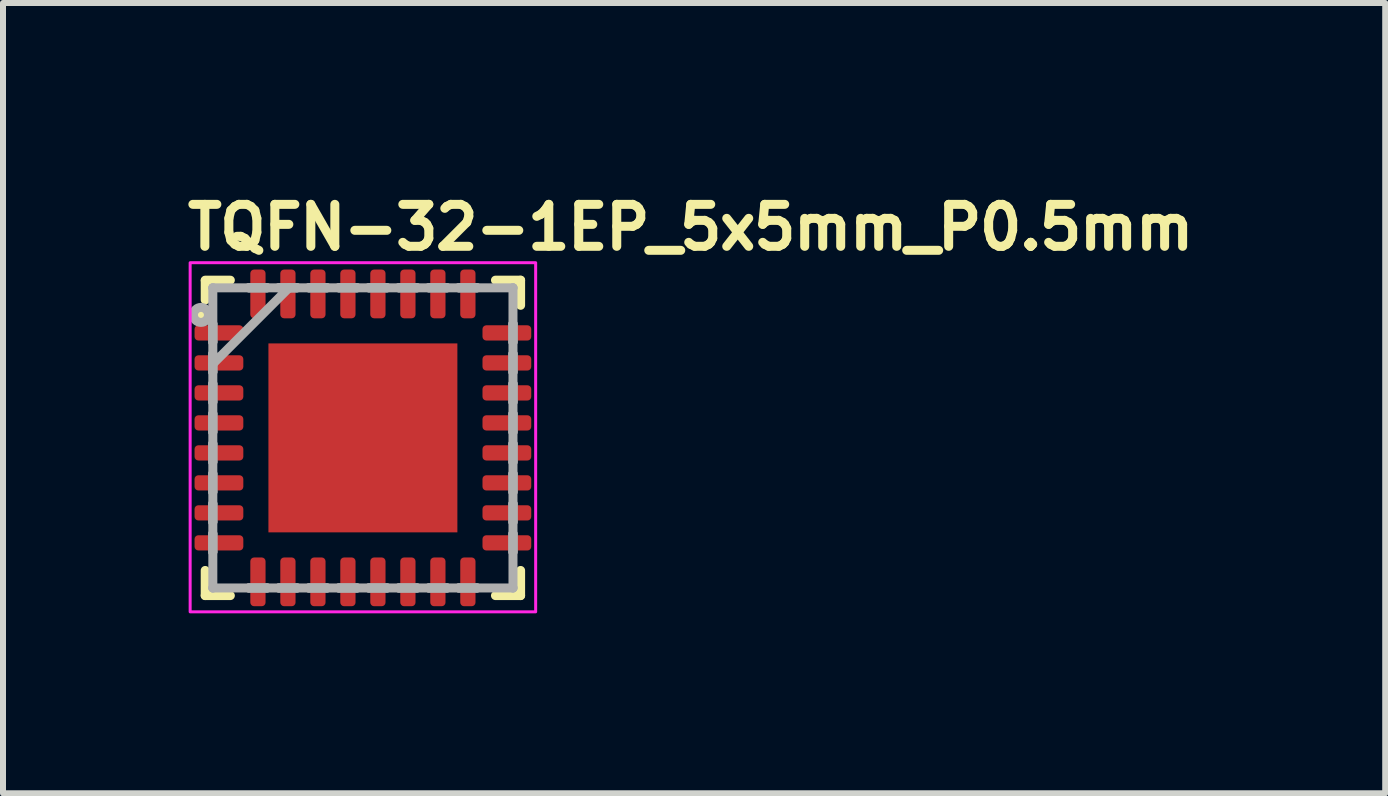
<source format=kicad_pcb>
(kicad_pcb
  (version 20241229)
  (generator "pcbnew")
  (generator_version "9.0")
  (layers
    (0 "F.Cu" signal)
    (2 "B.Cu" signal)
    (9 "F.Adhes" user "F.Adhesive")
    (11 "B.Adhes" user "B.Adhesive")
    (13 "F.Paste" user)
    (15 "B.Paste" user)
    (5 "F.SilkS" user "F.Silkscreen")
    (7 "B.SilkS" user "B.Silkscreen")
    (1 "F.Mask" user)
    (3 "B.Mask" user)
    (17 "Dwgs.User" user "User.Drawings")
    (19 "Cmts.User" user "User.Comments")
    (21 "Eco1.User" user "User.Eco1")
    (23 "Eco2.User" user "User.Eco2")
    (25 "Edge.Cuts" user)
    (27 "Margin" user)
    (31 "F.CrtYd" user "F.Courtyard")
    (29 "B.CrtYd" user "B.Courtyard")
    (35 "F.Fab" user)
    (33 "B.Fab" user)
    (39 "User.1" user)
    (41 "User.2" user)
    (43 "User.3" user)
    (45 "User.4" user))
  (footprint "TQFN-32-1EP_5x5mm_P0.5mm"
    (layer "F.Cu")
    (at 3 4.25)
    (property "Reference" "TQFN-32-1EP_5x5mm_P0.5mm" (at -3 -3.1 0) (unlocked yes) (layer "F.SilkS") (effects (font (size 0.7 0.7) (thickness 0.15)) (justify left bottom)))
    (attr smd)
    (fp_line (start -2.629 -2.619) (end -2.629 -2.3) (stroke (width 0.15) (type solid)) (layer "F.SilkS"))
    (fp_line (start -2.629 2.21) (end -2.629 2.629) (stroke (width 0.15) (type solid)) (layer "F.SilkS"))
    (fp_line (start -2.629 2.629) (end -2.21 2.629) (stroke (width 0.15) (type solid)) (layer "F.SilkS"))
    (fp_line (start -2.21 -2.629) (end -2.629 -2.629) (stroke (width 0.15) (type solid)) (layer "F.SilkS"))
    (fp_line (start 2.21 2.629) (end 2.629 2.629) (stroke (width 0.15) (type solid)) (layer "F.SilkS"))
    (fp_line (start 2.629 -2.629) (end 2.21 -2.629) (stroke (width 0.15) (type solid)) (layer "F.SilkS"))
    (fp_line (start 2.629 -2.21) (end 2.629 -2.629) (stroke (width 0.15) (type solid)) (layer "F.SilkS"))
    (fp_line (start 2.629 2.629) (end 2.629 2.21) (stroke (width 0.15) (type solid)) (layer "F.SilkS"))
    (fp_circle (center -2.7 -2.05) (end -2.65 -2.05) (stroke (width 0.15) (type solid)) (fill yes) (layer "F.SilkS"))
    (fp_poly (pts (xy -1.5 -1.5) (xy -1.5 -0.1) (xy -0.1 -0.1) (xy -0.1 -1.5)) (stroke (width 0) (type solid)) (fill yes) (layer "F.Paste"))
    (fp_poly (pts (xy -1.5 0.1) (xy -1.5 1.5) (xy -0.1 1.5) (xy -0.1 0.1)) (stroke (width 0) (type solid)) (fill yes) (layer "F.Paste"))
    (fp_poly (pts (xy 0.1 -1.5) (xy 0.1 -0.1) (xy 1.5 -0.1) (xy 1.5 -1.5)) (stroke (width 0) (type solid)) (fill yes) (layer "F.Paste"))
    (fp_poly (pts (xy 0.1 0.1) (xy 0.1 1.5) (xy 1.5 1.5) (xy 1.5 0.1)) (stroke (width 0) (type solid)) (fill yes) (layer "F.Paste"))
    (fp_rect (start -2.88 -2.92) (end 2.88 2.9) (stroke (width 0.05) (type solid)) (fill no) (layer "F.CrtYd"))
    (fp_line (start -2.502 -2.502) (end -2.502 -2.502) (stroke (width 0.15) (type solid)) (layer "F.Fab"))
    (fp_line (start -2.502 -2.502) (end -2.502 2.502) (stroke (width 0.15) (type solid)) (layer "F.Fab"))
    (fp_line (start -2.502 -1.902) (end -2.502 -1.902) (stroke (width 0.15) (type solid)) (layer "F.Fab"))
    (fp_line (start -2.502 -1.902) (end -2.502 -1.598) (stroke (width 0.15) (type solid)) (layer "F.Fab"))
    (fp_line (start -2.502 -1.598) (end -2.502 -1.902) (stroke (width 0.15) (type solid)) (layer "F.Fab"))
    (fp_line (start -2.502 -1.598) (end -2.502 -1.598) (stroke (width 0.15) (type solid)) (layer "F.Fab"))
    (fp_line (start -2.502 -1.402) (end -2.502 -1.402) (stroke (width 0.15) (type solid)) (layer "F.Fab"))
    (fp_line (start -2.502 -1.402) (end -2.502 -1.098) (stroke (width 0.15) (type solid)) (layer "F.Fab"))
    (fp_line (start -2.502 -1.232) (end -1.232 -2.502) (stroke (width 0.15) (type solid)) (layer "F.Fab"))
    (fp_line (start -2.502 -1.098) (end -2.502 -1.402) (stroke (width 0.15) (type solid)) (layer "F.Fab"))
    (fp_line (start -2.502 -1.098) (end -2.502 -1.098) (stroke (width 0.15) (type solid)) (layer "F.Fab"))
    (fp_line (start -2.502 -0.902) (end -2.502 -0.902) (stroke (width 0.15) (type solid)) (layer "F.Fab"))
    (fp_line (start -2.502 -0.902) (end -2.502 -0.598) (stroke (width 0.15) (type solid)) (layer "F.Fab"))
    (fp_line (start -2.502 -0.598) (end -2.502 -0.902) (stroke (width 0.15) (type solid)) (layer "F.Fab"))
    (fp_line (start -2.502 -0.598) (end -2.502 -0.598) (stroke (width 0.15) (type solid)) (layer "F.Fab"))
    (fp_line (start -2.502 -0.402) (end -2.502 -0.402) (stroke (width 0.15) (type solid)) (layer "F.Fab"))
    (fp_line (start -2.502 -0.402) (end -2.502 -0.098) (stroke (width 0.15) (type solid)) (layer "F.Fab"))
    (fp_line (start -2.502 -0.098) (end -2.502 -0.402) (stroke (width 0.15) (type solid)) (layer "F.Fab"))
    (fp_line (start -2.502 -0.098) (end -2.502 -0.098) (stroke (width 0.15) (type solid)) (layer "F.Fab"))
    (fp_line (start -2.502 0.098) (end -2.502 0.098) (stroke (width 0.15) (type solid)) (layer "F.Fab"))
    (fp_line (start -2.502 0.098) (end -2.502 0.402) (stroke (width 0.15) (type solid)) (layer "F.Fab"))
    (fp_line (start -2.502 0.402) (end -2.502 0.098) (stroke (width 0.15) (type solid)) (layer "F.Fab"))
    (fp_line (start -2.502 0.402) (end -2.502 0.402) (stroke (width 0.15) (type solid)) (layer "F.Fab"))
    (fp_line (start -2.502 0.598) (end -2.502 0.598) (stroke (width 0.15) (type solid)) (layer "F.Fab"))
    (fp_line (start -2.502 0.598) (end -2.502 0.902) (stroke (width 0.15) (type solid)) (layer "F.Fab"))
    (fp_line (start -2.502 0.902) (end -2.502 0.598) (stroke (width 0.15) (type solid)) (layer "F.Fab"))
    (fp_line (start -2.502 0.902) (end -2.502 0.902) (stroke (width 0.15) (type solid)) (layer "F.Fab"))
    (fp_line (start -2.502 1.098) (end -2.502 1.098) (stroke (width 0.15) (type solid)) (layer "F.Fab"))
    (fp_line (start -2.502 1.098) (end -2.502 1.402) (stroke (width 0.15) (type solid)) (layer "F.Fab"))
    (fp_line (start -2.502 1.402) (end -2.502 1.098) (stroke (width 0.15) (type solid)) (layer "F.Fab"))
    (fp_line (start -2.502 1.402) (end -2.502 1.402) (stroke (width 0.15) (type solid)) (layer "F.Fab"))
    (fp_line (start -2.502 1.598) (end -2.502 1.598) (stroke (width 0.15) (type solid)) (layer "F.Fab"))
    (fp_line (start -2.502 1.598) (end -2.502 1.902) (stroke (width 0.15) (type solid)) (layer "F.Fab"))
    (fp_line (start -2.502 1.902) (end -2.502 1.598) (stroke (width 0.15) (type solid)) (layer "F.Fab"))
    (fp_line (start -2.502 1.902) (end -2.502 1.902) (stroke (width 0.15) (type solid)) (layer "F.Fab"))
    (fp_line (start -2.502 2.502) (end -2.502 2.502) (stroke (width 0.15) (type solid)) (layer "F.Fab"))
    (fp_line (start -2.502 2.502) (end 2.502 2.502) (stroke (width 0.15) (type solid)) (layer "F.Fab"))
    (fp_line (start -1.902 -2.502) (end -1.902 -2.502) (stroke (width 0.15) (type solid)) (layer "F.Fab"))
    (fp_line (start -1.902 -2.502) (end -1.598 -2.502) (stroke (width 0.15) (type solid)) (layer "F.Fab"))
    (fp_line (start -1.902 2.502) (end -1.902 2.502) (stroke (width 0.15) (type solid)) (layer "F.Fab"))
    (fp_line (start -1.902 2.502) (end -1.598 2.502) (stroke (width 0.15) (type solid)) (layer "F.Fab"))
    (fp_line (start -1.598 -2.502) (end -1.902 -2.502) (stroke (width 0.15) (type solid)) (layer "F.Fab"))
    (fp_line (start -1.598 -2.502) (end -1.598 -2.502) (stroke (width 0.15) (type solid)) (layer "F.Fab"))
    (fp_line (start -1.598 2.502) (end -1.902 2.502) (stroke (width 0.15) (type solid)) (layer "F.Fab"))
    (fp_line (start -1.598 2.502) (end -1.598 2.502) (stroke (width 0.15) (type solid)) (layer "F.Fab"))
    (fp_line (start -1.402 -2.502) (end -1.402 -2.502) (stroke (width 0.15) (type solid)) (layer "F.Fab"))
    (fp_line (start -1.402 -2.502) (end -1.098 -2.502) (stroke (width 0.15) (type solid)) (layer "F.Fab"))
    (fp_line (start -1.402 2.502) (end -1.402 2.502) (stroke (width 0.15) (type solid)) (layer "F.Fab"))
    (fp_line (start -1.402 2.502) (end -1.098 2.502) (stroke (width 0.15) (type solid)) (layer "F.Fab"))
    (fp_line (start -1.098 -2.502) (end -1.402 -2.502) (stroke (width 0.15) (type solid)) (layer "F.Fab"))
    (fp_line (start -1.098 -2.502) (end -1.098 -2.502) (stroke (width 0.15) (type solid)) (layer "F.Fab"))
    (fp_line (start -1.098 2.502) (end -1.402 2.502) (stroke (width 0.15) (type solid)) (layer "F.Fab"))
    (fp_line (start -1.098 2.502) (end -1.098 2.502) (stroke (width 0.15) (type solid)) (layer "F.Fab"))
    (fp_line (start -0.902 -2.502) (end -0.902 -2.502) (stroke (width 0.15) (type solid)) (layer "F.Fab"))
    (fp_line (start -0.902 -2.502) (end -0.598 -2.502) (stroke (width 0.15) (type solid)) (layer "F.Fab"))
    (fp_line (start -0.902 2.502) (end -0.902 2.502) (stroke (width 0.15) (type solid)) (layer "F.Fab"))
    (fp_line (start -0.902 2.502) (end -0.598 2.502) (stroke (width 0.15) (type solid)) (layer "F.Fab"))
    (fp_line (start -0.598 -2.502) (end -0.902 -2.502) (stroke (width 0.15) (type solid)) (layer "F.Fab"))
    (fp_line (start -0.598 -2.502) (end -0.598 -2.502) (stroke (width 0.15) (type solid)) (layer "F.Fab"))
    (fp_line (start -0.598 2.502) (end -0.902 2.502) (stroke (width 0.15) (type solid)) (layer "F.Fab"))
    (fp_line (start -0.598 2.502) (end -0.598 2.502) (stroke (width 0.15) (type solid)) (layer "F.Fab"))
    (fp_line (start -0.402 -2.502) (end -0.402 -2.502) (stroke (width 0.15) (type solid)) (layer "F.Fab"))
    (fp_line (start -0.402 -2.502) (end -0.098 -2.502) (stroke (width 0.15) (type solid)) (layer "F.Fab"))
    (fp_line (start -0.402 2.502) (end -0.402 2.502) (stroke (width 0.15) (type solid)) (layer "F.Fab"))
    (fp_line (start -0.402 2.502) (end -0.098 2.502) (stroke (width 0.15) (type solid)) (layer "F.Fab"))
    (fp_line (start -0.098 -2.502) (end -0.402 -2.502) (stroke (width 0.15) (type solid)) (layer "F.Fab"))
    (fp_line (start -0.098 -2.502) (end -0.098 -2.502) (stroke (width 0.15) (type solid)) (layer "F.Fab"))
    (fp_line (start -0.098 2.502) (end -0.402 2.502) (stroke (width 0.15) (type solid)) (layer "F.Fab"))
    (fp_line (start -0.098 2.502) (end -0.098 2.502) (stroke (width 0.15) (type solid)) (layer "F.Fab"))
    (fp_line (start 0.098 -2.502) (end 0.098 -2.502) (stroke (width 0.15) (type solid)) (layer "F.Fab"))
    (fp_line (start 0.098 -2.502) (end 0.402 -2.502) (stroke (width 0.15) (type solid)) (layer "F.Fab"))
    (fp_line (start 0.098 2.502) (end 0.098 2.502) (stroke (width 0.15) (type solid)) (layer "F.Fab"))
    (fp_line (start 0.098 2.502) (end 0.402 2.502) (stroke (width 0.15) (type solid)) (layer "F.Fab"))
    (fp_line (start 0.402 -2.502) (end 0.098 -2.502) (stroke (width 0.15) (type solid)) (layer "F.Fab"))
    (fp_line (start 0.402 -2.502) (end 0.402 -2.502) (stroke (width 0.15) (type solid)) (layer "F.Fab"))
    (fp_line (start 0.402 2.502) (end 0.098 2.502) (stroke (width 0.15) (type solid)) (layer "F.Fab"))
    (fp_line (start 0.402 2.502) (end 0.402 2.502) (stroke (width 0.15) (type solid)) (layer "F.Fab"))
    (fp_line (start 0.598 -2.502) (end 0.598 -2.502) (stroke (width 0.15) (type solid)) (layer "F.Fab"))
    (fp_line (start 0.598 -2.502) (end 0.902 -2.502) (stroke (width 0.15) (type solid)) (layer "F.Fab"))
    (fp_line (start 0.598 2.502) (end 0.598 2.502) (stroke (width 0.15) (type solid)) (layer "F.Fab"))
    (fp_line (start 0.598 2.502) (end 0.902 2.502) (stroke (width 0.15) (type solid)) (layer "F.Fab"))
    (fp_line (start 0.902 -2.502) (end 0.598 -2.502) (stroke (width 0.15) (type solid)) (layer "F.Fab"))
    (fp_line (start 0.902 -2.502) (end 0.902 -2.502) (stroke (width 0.15) (type solid)) (layer "F.Fab"))
    (fp_line (start 0.902 2.502) (end 0.598 2.502) (stroke (width 0.15) (type solid)) (layer "F.Fab"))
    (fp_line (start 0.902 2.502) (end 0.902 2.502) (stroke (width 0.15) (type solid)) (layer "F.Fab"))
    (fp_line (start 1.098 -2.502) (end 1.098 -2.502) (stroke (width 0.15) (type solid)) (layer "F.Fab"))
    (fp_line (start 1.098 -2.502) (end 1.402 -2.502) (stroke (width 0.15) (type solid)) (layer "F.Fab"))
    (fp_line (start 1.098 2.502) (end 1.098 2.502) (stroke (width 0.15) (type solid)) (layer "F.Fab"))
    (fp_line (start 1.098 2.502) (end 1.402 2.502) (stroke (width 0.15) (type solid)) (layer "F.Fab"))
    (fp_line (start 1.402 -2.502) (end 1.098 -2.502) (stroke (width 0.15) (type solid)) (layer "F.Fab"))
    (fp_line (start 1.402 -2.502) (end 1.402 -2.502) (stroke (width 0.15) (type solid)) (layer "F.Fab"))
    (fp_line (start 1.402 2.502) (end 1.098 2.502) (stroke (width 0.15) (type solid)) (layer "F.Fab"))
    (fp_line (start 1.402 2.502) (end 1.402 2.502) (stroke (width 0.15) (type solid)) (layer "F.Fab"))
    (fp_line (start 1.598 -2.502) (end 1.598 -2.502) (stroke (width 0.15) (type solid)) (layer "F.Fab"))
    (fp_line (start 1.598 -2.502) (end 1.902 -2.502) (stroke (width 0.15) (type solid)) (layer "F.Fab"))
    (fp_line (start 1.598 2.502) (end 1.598 2.502) (stroke (width 0.15) (type solid)) (layer "F.Fab"))
    (fp_line (start 1.598 2.502) (end 1.902 2.502) (stroke (width 0.15) (type solid)) (layer "F.Fab"))
    (fp_line (start 1.902 -2.502) (end 1.598 -2.502) (stroke (width 0.15) (type solid)) (layer "F.Fab"))
    (fp_line (start 1.902 -2.502) (end 1.902 -2.502) (stroke (width 0.15) (type solid)) (layer "F.Fab"))
    (fp_line (start 1.902 2.502) (end 1.598 2.502) (stroke (width 0.15) (type solid)) (layer "F.Fab"))
    (fp_line (start 1.902 2.502) (end 1.902 2.502) (stroke (width 0.15) (type solid)) (layer "F.Fab"))
    (fp_line (start 2.502 -2.502) (end -2.502 -2.502) (stroke (width 0.15) (type solid)) (layer "F.Fab"))
    (fp_line (start 2.502 -2.502) (end 2.502 -2.502) (stroke (width 0.15) (type solid)) (layer "F.Fab"))
    (fp_line (start 2.502 -1.902) (end 2.502 -1.902) (stroke (width 0.15) (type solid)) (layer "F.Fab"))
    (fp_line (start 2.502 -1.902) (end 2.502 -1.598) (stroke (width 0.15) (type solid)) (layer "F.Fab"))
    (fp_line (start 2.502 -1.598) (end 2.502 -1.902) (stroke (width 0.15) (type solid)) (layer "F.Fab"))
    (fp_line (start 2.502 -1.598) (end 2.502 -1.598) (stroke (width 0.15) (type solid)) (layer "F.Fab"))
    (fp_line (start 2.502 -1.402) (end 2.502 -1.402) (stroke (width 0.15) (type solid)) (layer "F.Fab"))
    (fp_line (start 2.502 -1.402) (end 2.502 -1.098) (stroke (width 0.15) (type solid)) (layer "F.Fab"))
    (fp_line (start 2.502 -1.098) (end 2.502 -1.402) (stroke (width 0.15) (type solid)) (layer "F.Fab"))
    (fp_line (start 2.502 -1.098) (end 2.502 -1.098) (stroke (width 0.15) (type solid)) (layer "F.Fab"))
    (fp_line (start 2.502 -0.902) (end 2.502 -0.902) (stroke (width 0.15) (type solid)) (layer "F.Fab"))
    (fp_line (start 2.502 -0.902) (end 2.502 -0.598) (stroke (width 0.15) (type solid)) (layer "F.Fab"))
    (fp_line (start 2.502 -0.598) (end 2.502 -0.902) (stroke (width 0.15) (type solid)) (layer "F.Fab"))
    (fp_line (start 2.502 -0.598) (end 2.502 -0.598) (stroke (width 0.15) (type solid)) (layer "F.Fab"))
    (fp_line (start 2.502 -0.402) (end 2.502 -0.402) (stroke (width 0.15) (type solid)) (layer "F.Fab"))
    (fp_line (start 2.502 -0.402) (end 2.502 -0.098) (stroke (width 0.15) (type solid)) (layer "F.Fab"))
    (fp_line (start 2.502 -0.098) (end 2.502 -0.402) (stroke (width 0.15) (type solid)) (layer "F.Fab"))
    (fp_line (start 2.502 -0.098) (end 2.502 -0.098) (stroke (width 0.15) (type solid)) (layer "F.Fab"))
    (fp_line (start 2.502 0.098) (end 2.502 0.098) (stroke (width 0.15) (type solid)) (layer "F.Fab"))
    (fp_line (start 2.502 0.098) (end 2.502 0.402) (stroke (width 0.15) (type solid)) (layer "F.Fab"))
    (fp_line (start 2.502 0.402) (end 2.502 0.098) (stroke (width 0.15) (type solid)) (layer "F.Fab"))
    (fp_line (start 2.502 0.402) (end 2.502 0.402) (stroke (width 0.15) (type solid)) (layer "F.Fab"))
    (fp_line (start 2.502 0.598) (end 2.502 0.598) (stroke (width 0.15) (type solid)) (layer "F.Fab"))
    (fp_line (start 2.502 0.598) (end 2.502 0.902) (stroke (width 0.15) (type solid)) (layer "F.Fab"))
    (fp_line (start 2.502 0.902) (end 2.502 0.598) (stroke (width 0.15) (type solid)) (layer "F.Fab"))
    (fp_line (start 2.502 0.902) (end 2.502 0.902) (stroke (width 0.15) (type solid)) (layer "F.Fab"))
    (fp_line (start 2.502 1.098) (end 2.502 1.098) (stroke (width 0.15) (type solid)) (layer "F.Fab"))
    (fp_line (start 2.502 1.098) (end 2.502 1.402) (stroke (width 0.15) (type solid)) (layer "F.Fab"))
    (fp_line (start 2.502 1.402) (end 2.502 1.098) (stroke (width 0.15) (type solid)) (layer "F.Fab"))
    (fp_line (start 2.502 1.402) (end 2.502 1.402) (stroke (width 0.15) (type solid)) (layer "F.Fab"))
    (fp_line (start 2.502 1.598) (end 2.502 1.598) (stroke (width 0.15) (type solid)) (layer "F.Fab"))
    (fp_line (start 2.502 1.598) (end 2.502 1.902) (stroke (width 0.15) (type solid)) (layer "F.Fab"))
    (fp_line (start 2.502 1.902) (end 2.502 1.598) (stroke (width 0.15) (type solid)) (layer "F.Fab"))
    (fp_line (start 2.502 1.902) (end 2.502 1.902) (stroke (width 0.15) (type solid)) (layer "F.Fab"))
    (fp_line (start 2.502 2.502) (end 2.502 -2.502) (stroke (width 0.15) (type solid)) (layer "F.Fab"))
    (fp_line (start 2.502 2.502) (end 2.502 2.502) (stroke (width 0.15) (type solid)) (layer "F.Fab"))
    (fp_circle (center -2.7 -2.05) (end -2.65 -2.05) (stroke (width 0.15) (type solid)) (fill no) (layer "F.Fab"))
    (fp_rect (start -2.502 -2.502) (end 2.502 2.502) (stroke (width 0.1) (type solid)) (fill no) (layer "User.5"))
    (fp_line (start -2.502 -2.502) (end -2.502 2.502) (stroke (width 0.02) (type solid)) (layer "User.9"))
    (fp_line (start -2.502 2.502) (end 2.502 2.502) (stroke (width 0.02) (type solid)) (layer "User.9"))
    (fp_line (start -2.127 -1.75) (end -2.123 -1.719) (stroke (width 0.02) (type solid)) (layer "User.9"))
    (fp_line (start -2.123 -1.781) (end -2.127 -1.75) (stroke (width 0.02) (type solid)) (layer "User.9"))
    (fp_line (start -2.123 -1.719) (end -2.112 -1.69) (stroke (width 0.02) (type solid)) (layer "User.9"))
    (fp_line (start -2.112 -1.81) (end -2.123 -1.781) (stroke (width 0.02) (type solid)) (layer "User.9"))
    (fp_line (start -2.112 -1.69) (end -2.093 -1.664) (stroke (width 0.02) (type solid)) (layer "User.9"))
    (fp_line (start -2.093 -1.836) (end -2.112 -1.81) (stroke (width 0.02) (type solid)) (layer "User.9"))
    (fp_line (start -2.093 -1.664) (end -2.069 -1.644) (stroke (width 0.02) (type solid)) (layer "User.9"))
    (fp_line (start -2.069 -1.856) (end -2.093 -1.836) (stroke (width 0.02) (type solid)) (layer "User.9"))
    (fp_line (start -2.069 -1.644) (end -2.041 -1.631) (stroke (width 0.02) (type solid)) (layer "User.9"))
    (fp_line (start -2.041 -1.869) (end -2.069 -1.856) (stroke (width 0.02) (type solid)) (layer "User.9"))
    (fp_line (start -2.041 -1.631) (end -2.01 -1.625) (stroke (width 0.02) (type solid)) (layer "User.9"))
    (fp_line (start -2.01 -1.875) (end -2.041 -1.869) (stroke (width 0.02) (type solid)) (layer "User.9"))
    (fp_line (start -2.01 -1.625) (end -1.979 -1.627) (stroke (width 0.02) (type solid)) (layer "User.9"))
    (fp_line (start -1.979 -1.873) (end -2.01 -1.875) (stroke (width 0.02) (type solid)) (layer "User.9"))
    (fp_line (start -1.979 -1.627) (end -1.949 -1.637) (stroke (width 0.02) (type solid)) (layer "User.9"))
    (fp_line (start -1.949 -1.863) (end -1.979 -1.873) (stroke (width 0.02) (type solid)) (layer "User.9"))
    (fp_line (start -1.949 -1.637) (end -1.922 -1.654) (stroke (width 0.02) (type solid)) (layer "User.9"))
    (fp_line (start -1.922 -1.846) (end -1.949 -1.863) (stroke (width 0.02) (type solid)) (layer "User.9"))
    (fp_line (start -1.922 -1.654) (end -1.901 -1.676) (stroke (width 0.02) (type solid)) (layer "User.9"))
    (fp_line (start -1.901 -1.824) (end -1.922 -1.846) (stroke (width 0.02) (type solid)) (layer "User.9"))
    (fp_line (start -1.901 -1.676) (end -1.886 -1.704) (stroke (width 0.02) (type solid)) (layer "User.9"))
    (fp_line (start -1.886 -1.796) (end -1.901 -1.824) (stroke (width 0.02) (type solid)) (layer "User.9"))
    (fp_line (start -1.886 -1.704) (end -1.878 -1.734) (stroke (width 0.02) (type solid)) (layer "User.9"))
    (fp_line (start -1.878 -1.766) (end -1.886 -1.796) (stroke (width 0.02) (type solid)) (layer "User.9"))
    (fp_line (start -1.878 -1.734) (end -1.878 -1.766) (stroke (width 0.02) (type solid)) (layer "User.9"))
    (fp_line (start 2.502 -2.502) (end -2.502 -2.502) (stroke (width 0.02) (type solid)) (layer "User.9"))
    (fp_line (start 2.502 2.502) (end 2.502 -2.502) (stroke (width 0.02) (type solid)) (layer "User.9"))
    (pad "1" smd roundrect (at -2.4 -1.75 90) (size 0.254 0.813) (layers "F.Cu" "F.Mask" "F.Paste") (roundrect_rratio 0.25))
    (pad "2" smd roundrect (at -2.4 -1.25 90) (size 0.254 0.813) (layers "F.Cu" "F.Mask" "F.Paste") (roundrect_rratio 0.25))
    (pad "3" smd roundrect (at -2.4 -0.75 90) (size 0.254 0.813) (layers "F.Cu" "F.Mask" "F.Paste") (roundrect_rratio 0.25))
    (pad "4" smd roundrect (at -2.4 -0.25 90) (size 0.254 0.813) (layers "F.Cu" "F.Mask" "F.Paste") (roundrect_rratio 0.25))
    (pad "5" smd roundrect (at -2.4 0.25 90) (size 0.254 0.813) (layers "F.Cu" "F.Mask" "F.Paste") (roundrect_rratio 0.25))
    (pad "6" smd roundrect (at -2.4 0.75 90) (size 0.254 0.813) (layers "F.Cu" "F.Mask" "F.Paste") (roundrect_rratio 0.25))
    (pad "7" smd roundrect (at -2.4 1.25 90) (size 0.254 0.813) (layers "F.Cu" "F.Mask" "F.Paste") (roundrect_rratio 0.25))
    (pad "8" smd roundrect (at -2.4 1.75 90) (size 0.254 0.813) (layers "F.Cu" "F.Mask" "F.Paste") (roundrect_rratio 0.25))
    (pad "9" smd roundrect (at -1.75 2.4) (size 0.254 0.813) (layers "F.Cu" "F.Mask" "F.Paste") (roundrect_rratio 0.25))
    (pad "10" smd roundrect (at -1.25 2.4) (size 0.254 0.813) (layers "F.Cu" "F.Mask" "F.Paste") (roundrect_rratio 0.25))
    (pad "11" smd roundrect (at -0.75 2.4) (size 0.254 0.813) (layers "F.Cu" "F.Mask" "F.Paste") (roundrect_rratio 0.25))
    (pad "12" smd roundrect (at -0.25 2.4) (size 0.254 0.813) (layers "F.Cu" "F.Mask" "F.Paste") (roundrect_rratio 0.25))
    (pad "13" smd roundrect (at 0.25 2.4) (size 0.254 0.813) (layers "F.Cu" "F.Mask" "F.Paste") (roundrect_rratio 0.25))
    (pad "14" smd roundrect (at 0.75 2.4) (size 0.254 0.813) (layers "F.Cu" "F.Mask" "F.Paste") (roundrect_rratio 0.25))
    (pad "15" smd roundrect (at 1.25 2.4) (size 0.254 0.813) (layers "F.Cu" "F.Mask" "F.Paste") (roundrect_rratio 0.25))
    (pad "16" smd roundrect (at 1.75 2.4) (size 0.254 0.813) (layers "F.Cu" "F.Mask" "F.Paste") (roundrect_rratio 0.25))
    (pad "17" smd roundrect (at 2.4 1.75 90) (size 0.254 0.813) (layers "F.Cu" "F.Mask" "F.Paste") (roundrect_rratio 0.25))
    (pad "18" smd roundrect (at 2.4 1.25 90) (size 0.254 0.813) (layers "F.Cu" "F.Mask" "F.Paste") (roundrect_rratio 0.25))
    (pad "19" smd roundrect (at 2.4 0.75 90) (size 0.254 0.813) (layers "F.Cu" "F.Mask" "F.Paste") (roundrect_rratio 0.25))
    (pad "20" smd roundrect (at 2.4 0.25 90) (size 0.254 0.813) (layers "F.Cu" "F.Mask" "F.Paste") (roundrect_rratio 0.25))
    (pad "21" smd roundrect (at 2.4 -0.25 90) (size 0.254 0.813) (layers "F.Cu" "F.Mask" "F.Paste") (roundrect_rratio 0.25))
    (pad "22" smd roundrect (at 2.4 -0.75 90) (size 0.254 0.813) (layers "F.Cu" "F.Mask" "F.Paste") (roundrect_rratio 0.25))
    (pad "23" smd roundrect (at 2.4 -1.25 90) (size 0.254 0.813) (layers "F.Cu" "F.Mask" "F.Paste") (roundrect_rratio 0.25))
    (pad "24" smd roundrect (at 2.4 -1.75 90) (size 0.254 0.813) (layers "F.Cu" "F.Mask" "F.Paste") (roundrect_rratio 0.25))
    (pad "25" smd roundrect (at 1.75 -2.4) (size 0.254 0.813) (layers "F.Cu" "F.Mask" "F.Paste") (roundrect_rratio 0.25))
    (pad "26" smd roundrect (at 1.25 -2.4) (size 0.254 0.813) (layers "F.Cu" "F.Mask" "F.Paste") (roundrect_rratio 0.25))
    (pad "27" smd roundrect (at 0.75 -2.4) (size 0.254 0.813) (layers "F.Cu" "F.Mask" "F.Paste") (roundrect_rratio 0.25))
    (pad "28" smd roundrect (at 0.25 -2.4) (size 0.254 0.813) (layers "F.Cu" "F.Mask" "F.Paste") (roundrect_rratio 0.25))
    (pad "29" smd roundrect (at -0.25 -2.4) (size 0.254 0.813) (layers "F.Cu" "F.Mask" "F.Paste") (roundrect_rratio 0.25))
    (pad "30" smd roundrect (at -0.75 -2.4) (size 0.254 0.813) (layers "F.Cu" "F.Mask" "F.Paste") (roundrect_rratio 0.25))
    (pad "31" smd roundrect (at -1.25 -2.4) (size 0.254 0.813) (layers "F.Cu" "F.Mask" "F.Paste") (roundrect_rratio 0.25))
    (pad "32" smd roundrect (at -1.75 -2.4) (size 0.254 0.813) (layers "F.Cu" "F.Mask" "F.Paste") (roundrect_rratio 0.25))
    (pad "33" smd rect (at 0 0) (size 3.15 3.15) (layers "F.Cu" "F.Mask" "F.Paste")))
  (gr_rect
    (start -3 -3)
    (end 20.043 10.175)
    (stroke (width 0.1) (type default))
    (fill no)
    (layer "Edge.Cuts")))
</source>
